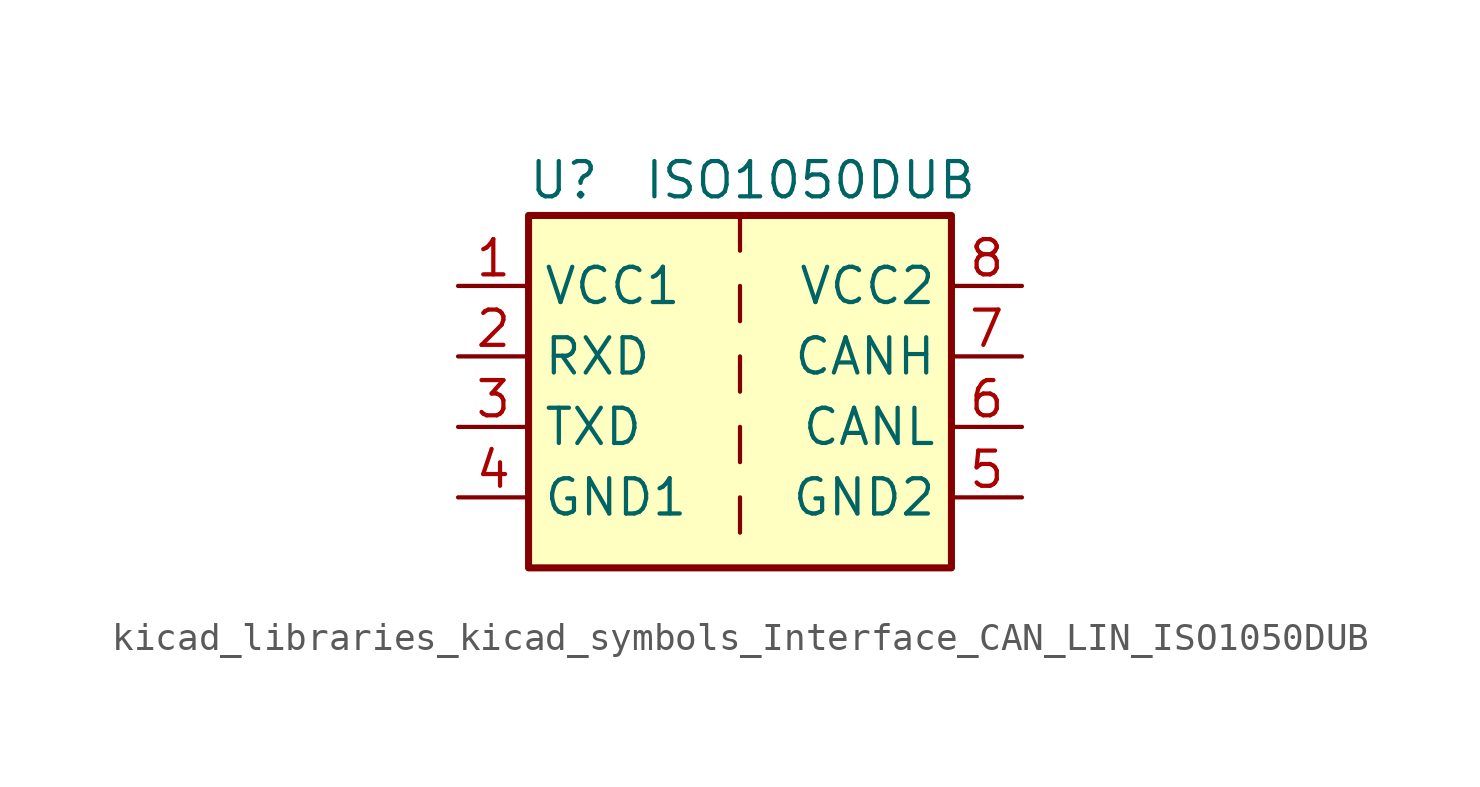
<source format=kicad_sym>
(kicad_symbol_lib
  (version 20220914)
  (generator kicad_symbol_editor)
  (symbol "kicad_libraries_kicad_symbols_Interface_CAN_LIN_ISO1050DUB"
    (property "Reference" "U"
      (at -6.35 6.35 0)
      (effects (font (size 1.27 1.27))))
    (property "Value" "ISO1050DUB"
      (at 2.54 6.35 0)
      (effects (font (size 1.27 1.27))))
    (symbol "kicad_libraries_kicad_symbols_Interface_CAN_LIN_ISO1050DUB_0_1"
      (rectangle (start -7.62 5.08) (end 7.62 -7.62) (stroke (width 0.254) (type default)) (fill (type background)))
      (polyline (pts (xy 0 -5.08) (xy 0 -6.35)) (stroke (width 0) (type default)) (fill (type none)))
      (polyline (pts (xy 0 -2.54) (xy 0 -3.81)) (stroke (width 0) (type default)) (fill (type none)))
      (polyline (pts (xy 0 0) (xy 0 -1.27)) (stroke (width 0) (type default)) (fill (type none)))
      (polyline (pts (xy 0 2.54) (xy 0 1.27)) (stroke (width 0) (type default)) (fill (type none)))
      (polyline (pts (xy 0 5.08) (xy 0 3.81)) (stroke (width 0) (type default)) (fill (type none))))
    (symbol "kicad_libraries_kicad_symbols_Interface_CAN_LIN_ISO1050DUB_1_1"
      (pin power_in line (at -10.16 2.54 0) (length 2.54) (name "VCC1" (effects (font (size 1.27 1.27)))) (number "1" (effects (font (size 1.27 1.27)))))
      (pin output line (at -10.16 0 0) (length 2.54) (name "RXD" (effects (font (size 1.27 1.27)))) (number "2" (effects (font (size 1.27 1.27)))))
      (pin input line (at -10.16 -2.54 0) (length 2.54) (name "TXD" (effects (font (size 1.27 1.27)))) (number "3" (effects (font (size 1.27 1.27)))))
      (pin power_in line (at -10.16 -5.08 0) (length 2.54) (name "GND1" (effects (font (size 1.27 1.27)))) (number "4" (effects (font (size 1.27 1.27)))))
      (pin power_in line (at 10.16 -5.08 180) (length 2.54) (name "GND2" (effects (font (size 1.27 1.27)))) (number "5" (effects (font (size 1.27 1.27)))))
      (pin bidirectional line (at 10.16 -2.54 180) (length 2.54) (name "CANL" (effects (font (size 1.27 1.27)))) (number "6" (effects (font (size 1.27 1.27)))))
      (pin bidirectional line (at 10.16 0 180) (length 2.54) (name "CANH" (effects (font (size 1.27 1.27)))) (number "7" (effects (font (size 1.27 1.27)))))
      (pin power_in line (at 10.16 2.54 180) (length 2.54) (name "VCC2" (effects (font (size 1.27 1.27)))) (number "8" (effects (font (size 1.27 1.27))))))))
</source>
